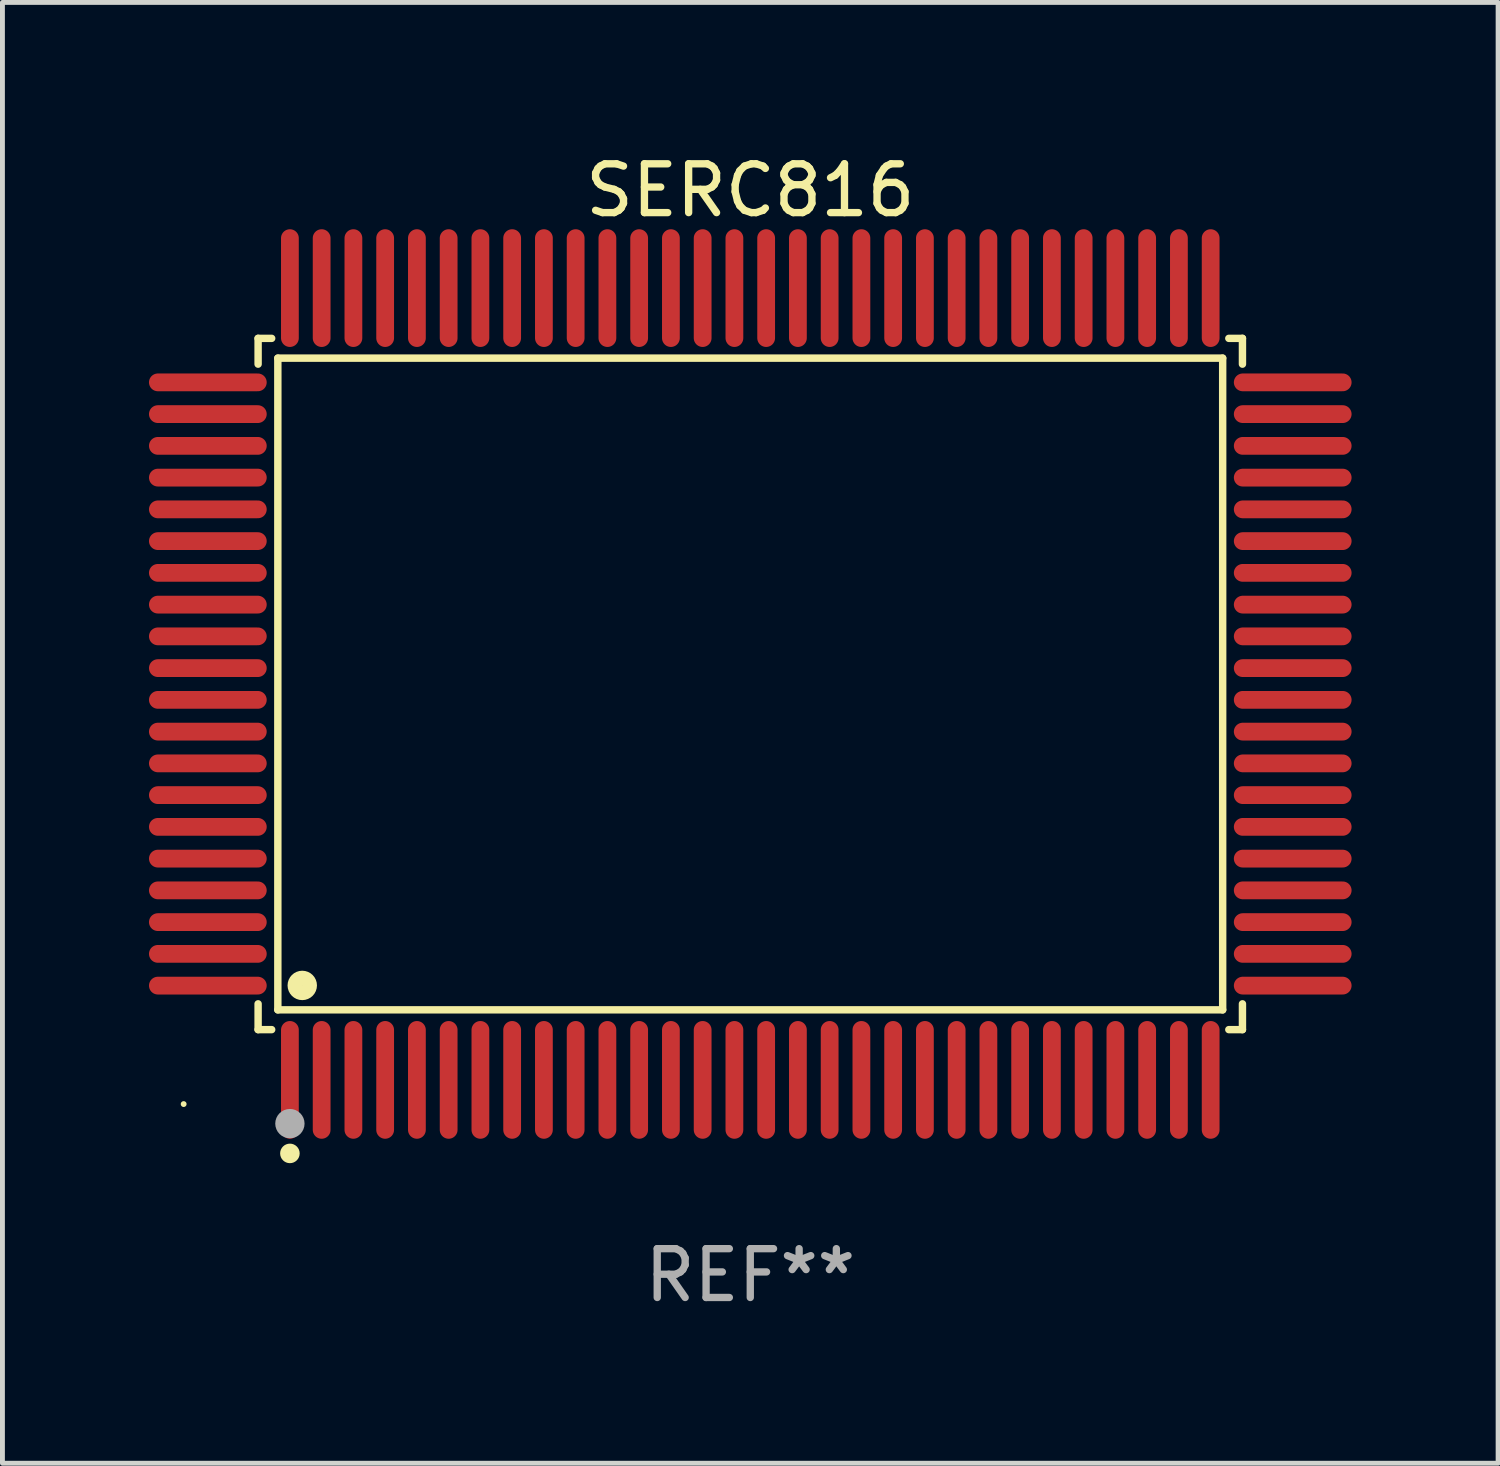
<source format=kicad_pcb>
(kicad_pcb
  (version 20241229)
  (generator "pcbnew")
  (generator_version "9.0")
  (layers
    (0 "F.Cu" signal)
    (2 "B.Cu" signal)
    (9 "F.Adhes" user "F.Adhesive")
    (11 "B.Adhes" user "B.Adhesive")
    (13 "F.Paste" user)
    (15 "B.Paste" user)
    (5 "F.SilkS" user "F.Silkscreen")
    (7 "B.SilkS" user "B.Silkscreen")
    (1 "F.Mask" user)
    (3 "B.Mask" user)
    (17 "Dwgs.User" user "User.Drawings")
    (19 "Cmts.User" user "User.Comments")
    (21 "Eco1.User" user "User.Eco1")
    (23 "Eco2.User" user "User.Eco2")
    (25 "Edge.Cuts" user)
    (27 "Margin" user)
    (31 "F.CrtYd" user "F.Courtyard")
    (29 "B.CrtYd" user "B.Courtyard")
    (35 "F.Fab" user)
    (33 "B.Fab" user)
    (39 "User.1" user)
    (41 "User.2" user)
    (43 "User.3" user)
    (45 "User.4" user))
  (footprint "SERC816"
    (layer "F.Cu")
    (at 12.31 10.953)
    (property "Reference" "SERC816" (at 0 -10.105 0) (layer "F.SilkS") (effects (font (size 1 1) (thickness 0.15))))
    (attr through_hole)
    (fp_line (start -10.076 -7.076) (end -9.798 -7.076) (stroke (width 0.152) (type solid)) (layer "F.SilkS"))
    (fp_line (start -10.076 -6.548) (end -10.076 -7.076) (stroke (width 0.152) (type solid)) (layer "F.SilkS"))
    (fp_line (start -10.076 6.548) (end -10.076 7.076) (stroke (width 0.152) (type solid)) (layer "F.SilkS"))
    (fp_line (start -10.076 7.076) (end -9.798 7.076) (stroke (width 0.152) (type solid)) (layer "F.SilkS"))
    (fp_line (start -9.672 -6.671) (end 9.671 -6.671) (stroke (width 0.152) (type solid)) (layer "F.SilkS"))
    (fp_line (start -9.672 6.671) (end -9.672 -6.671) (stroke (width 0.152) (type solid)) (layer "F.SilkS"))
    (fp_line (start 9.671 -6.671) (end 9.671 6.671) (stroke (width 0.152) (type solid)) (layer "F.SilkS"))
    (fp_line (start 9.671 6.671) (end -9.672 6.671) (stroke (width 0.152) (type solid)) (layer "F.SilkS"))
    (fp_line (start 10.076 -7.076) (end 9.797 -7.076) (stroke (width 0.152) (type solid)) (layer "F.SilkS"))
    (fp_line (start 10.076 -6.548) (end 10.076 -7.076) (stroke (width 0.152) (type solid)) (layer "F.SilkS"))
    (fp_line (start 10.076 6.548) (end 10.076 7.076) (stroke (width 0.152) (type solid)) (layer "F.SilkS"))
    (fp_line (start 10.076 7.076) (end 9.797 7.076) (stroke (width 0.152) (type solid)) (layer "F.SilkS"))
    (fp_circle (center -11.6 8.6) (end -11.57 8.6) (stroke (width 0.06) (type solid)) (fill no) (layer "F.SilkS"))
    (fp_circle (center -9.425 9.61) (end -9.325 9.61) (stroke (width 0.2) (type solid)) (fill no) (layer "F.SilkS"))
    (fp_circle (center -9.172 6.171) (end -9.021 6.171) (stroke (width 0.3) (type solid)) (fill no) (layer "F.SilkS"))
    (fp_circle (center -9.425 9) (end -9.275 9) (stroke (width 0.3) (type solid)) (fill no) (layer "F.Fab"))
    (fp_text user "REF**" (at 0 12.105 0) (layer "F.Fab") (effects (font (size 1 1) (thickness 0.15))))
    (pad "1" smd oval (at -9.425 8.105) (size 0.364 2.41) (layers "F.Cu" "F.Mask" "F.Paste"))
    (pad "2" smd oval (at -8.775 8.105) (size 0.364 2.41) (layers "F.Cu" "F.Mask" "F.Paste"))
    (pad "3" smd oval (at -8.125 8.105) (size 0.364 2.41) (layers "F.Cu" "F.Mask" "F.Paste"))
    (pad "4" smd oval (at -7.475 8.105) (size 0.364 2.41) (layers "F.Cu" "F.Mask" "F.Paste"))
    (pad "5" smd oval (at -6.825 8.105) (size 0.364 2.41) (layers "F.Cu" "F.Mask" "F.Paste"))
    (pad "6" smd oval (at -6.175 8.105) (size 0.364 2.41) (layers "F.Cu" "F.Mask" "F.Paste"))
    (pad "7" smd oval (at -5.525 8.105) (size 0.364 2.41) (layers "F.Cu" "F.Mask" "F.Paste"))
    (pad "8" smd oval (at -4.875 8.105) (size 0.364 2.41) (layers "F.Cu" "F.Mask" "F.Paste"))
    (pad "9" smd oval (at -4.225 8.105) (size 0.364 2.41) (layers "F.Cu" "F.Mask" "F.Paste"))
    (pad "10" smd oval (at -3.575 8.105) (size 0.364 2.41) (layers "F.Cu" "F.Mask" "F.Paste"))
    (pad "11" smd oval (at -2.925 8.105) (size 0.364 2.41) (layers "F.Cu" "F.Mask" "F.Paste"))
    (pad "12" smd oval (at -2.275 8.105) (size 0.364 2.41) (layers "F.Cu" "F.Mask" "F.Paste"))
    (pad "13" smd oval (at -1.625 8.105) (size 0.364 2.41) (layers "F.Cu" "F.Mask" "F.Paste"))
    (pad "14" smd oval (at -0.975 8.105) (size 0.364 2.41) (layers "F.Cu" "F.Mask" "F.Paste"))
    (pad "15" smd oval (at -0.325 8.105) (size 0.364 2.41) (layers "F.Cu" "F.Mask" "F.Paste"))
    (pad "16" smd oval (at 0.325 8.105) (size 0.364 2.41) (layers "F.Cu" "F.Mask" "F.Paste"))
    (pad "17" smd oval (at 0.975 8.105) (size 0.364 2.41) (layers "F.Cu" "F.Mask" "F.Paste"))
    (pad "18" smd oval (at 1.625 8.105) (size 0.364 2.41) (layers "F.Cu" "F.Mask" "F.Paste"))
    (pad "19" smd oval (at 2.275 8.105) (size 0.364 2.41) (layers "F.Cu" "F.Mask" "F.Paste"))
    (pad "20" smd oval (at 2.925 8.105) (size 0.364 2.41) (layers "F.Cu" "F.Mask" "F.Paste"))
    (pad "21" smd oval (at 3.575 8.105) (size 0.364 2.41) (layers "F.Cu" "F.Mask" "F.Paste"))
    (pad "22" smd oval (at 4.225 8.105) (size 0.364 2.41) (layers "F.Cu" "F.Mask" "F.Paste"))
    (pad "23" smd oval (at 4.875 8.105) (size 0.364 2.41) (layers "F.Cu" "F.Mask" "F.Paste"))
    (pad "24" smd oval (at 5.525 8.105) (size 0.364 2.41) (layers "F.Cu" "F.Mask" "F.Paste"))
    (pad "25" smd oval (at 6.175 8.105) (size 0.364 2.41) (layers "F.Cu" "F.Mask" "F.Paste"))
    (pad "26" smd oval (at 6.825 8.105) (size 0.364 2.41) (layers "F.Cu" "F.Mask" "F.Paste"))
    (pad "27" smd oval (at 7.475 8.105) (size 0.364 2.41) (layers "F.Cu" "F.Mask" "F.Paste"))
    (pad "28" smd oval (at 8.125 8.105) (size 0.364 2.41) (layers "F.Cu" "F.Mask" "F.Paste"))
    (pad "29" smd oval (at 8.775 8.105) (size 0.364 2.41) (layers "F.Cu" "F.Mask" "F.Paste"))
    (pad "30" smd oval (at 9.425 8.105) (size 0.364 2.41) (layers "F.Cu" "F.Mask" "F.Paste"))
    (pad "31" smd oval (at 11.105 6.175) (size 2.41 0.364) (layers "F.Cu" "F.Mask" "F.Paste"))
    (pad "32" smd oval (at 11.105 5.525) (size 2.41 0.364) (layers "F.Cu" "F.Mask" "F.Paste"))
    (pad "33" smd oval (at 11.105 4.875) (size 2.41 0.364) (layers "F.Cu" "F.Mask" "F.Paste"))
    (pad "34" smd oval (at 11.105 4.225) (size 2.41 0.364) (layers "F.Cu" "F.Mask" "F.Paste"))
    (pad "35" smd oval (at 11.105 3.575) (size 2.41 0.364) (layers "F.Cu" "F.Mask" "F.Paste"))
    (pad "36" smd oval (at 11.105 2.925) (size 2.41 0.364) (layers "F.Cu" "F.Mask" "F.Paste"))
    (pad "37" smd oval (at 11.105 2.275) (size 2.41 0.364) (layers "F.Cu" "F.Mask" "F.Paste"))
    (pad "38" smd oval (at 11.105 1.625) (size 2.41 0.364) (layers "F.Cu" "F.Mask" "F.Paste"))
    (pad "39" smd oval (at 11.105 0.975) (size 2.41 0.364) (layers "F.Cu" "F.Mask" "F.Paste"))
    (pad "40" smd oval (at 11.105 0.325) (size 2.41 0.364) (layers "F.Cu" "F.Mask" "F.Paste"))
    (pad "41" smd oval (at 11.105 -0.325) (size 2.41 0.364) (layers "F.Cu" "F.Mask" "F.Paste"))
    (pad "42" smd oval (at 11.105 -0.975) (size 2.41 0.364) (layers "F.Cu" "F.Mask" "F.Paste"))
    (pad "43" smd oval (at 11.105 -1.625) (size 2.41 0.364) (layers "F.Cu" "F.Mask" "F.Paste"))
    (pad "44" smd oval (at 11.105 -2.275) (size 2.41 0.364) (layers "F.Cu" "F.Mask" "F.Paste"))
    (pad "45" smd oval (at 11.105 -2.925) (size 2.41 0.364) (layers "F.Cu" "F.Mask" "F.Paste"))
    (pad "46" smd oval (at 11.105 -3.575) (size 2.41 0.364) (layers "F.Cu" "F.Mask" "F.Paste"))
    (pad "47" smd oval (at 11.105 -4.225) (size 2.41 0.364) (layers "F.Cu" "F.Mask" "F.Paste"))
    (pad "48" smd oval (at 11.105 -4.875) (size 2.41 0.364) (layers "F.Cu" "F.Mask" "F.Paste"))
    (pad "49" smd oval (at 11.105 -5.525) (size 2.41 0.364) (layers "F.Cu" "F.Mask" "F.Paste"))
    (pad "50" smd oval (at 11.105 -6.175) (size 2.41 0.364) (layers "F.Cu" "F.Mask" "F.Paste"))
    (pad "51" smd oval (at 9.425 -8.105) (size 0.364 2.41) (layers "F.Cu" "F.Mask" "F.Paste"))
    (pad "52" smd oval (at 8.775 -8.105) (size 0.364 2.41) (layers "F.Cu" "F.Mask" "F.Paste"))
    (pad "53" smd oval (at 8.125 -8.105) (size 0.364 2.41) (layers "F.Cu" "F.Mask" "F.Paste"))
    (pad "54" smd oval (at 7.475 -8.105) (size 0.364 2.41) (layers "F.Cu" "F.Mask" "F.Paste"))
    (pad "55" smd oval (at 6.825 -8.105) (size 0.364 2.41) (layers "F.Cu" "F.Mask" "F.Paste"))
    (pad "56" smd oval (at 6.175 -8.105) (size 0.364 2.41) (layers "F.Cu" "F.Mask" "F.Paste"))
    (pad "57" smd oval (at 5.525 -8.105) (size 0.364 2.41) (layers "F.Cu" "F.Mask" "F.Paste"))
    (pad "58" smd oval (at 4.875 -8.105) (size 0.364 2.41) (layers "F.Cu" "F.Mask" "F.Paste"))
    (pad "59" smd oval (at 4.225 -8.105) (size 0.364 2.41) (layers "F.Cu" "F.Mask" "F.Paste"))
    (pad "60" smd oval (at 3.575 -8.105) (size 0.364 2.41) (layers "F.Cu" "F.Mask" "F.Paste"))
    (pad "61" smd oval (at 2.925 -8.105) (size 0.364 2.41) (layers "F.Cu" "F.Mask" "F.Paste"))
    (pad "62" smd oval (at 2.275 -8.105) (size 0.364 2.41) (layers "F.Cu" "F.Mask" "F.Paste"))
    (pad "63" smd oval (at 1.625 -8.105) (size 0.364 2.41) (layers "F.Cu" "F.Mask" "F.Paste"))
    (pad "64" smd oval (at 0.975 -8.105) (size 0.364 2.41) (layers "F.Cu" "F.Mask" "F.Paste"))
    (pad "65" smd oval (at 0.325 -8.105) (size 0.364 2.41) (layers "F.Cu" "F.Mask" "F.Paste"))
    (pad "66" smd oval (at -0.325 -8.105) (size 0.364 2.41) (layers "F.Cu" "F.Mask" "F.Paste"))
    (pad "67" smd oval (at -0.975 -8.105) (size 0.364 2.41) (layers "F.Cu" "F.Mask" "F.Paste"))
    (pad "68" smd oval (at -1.625 -8.105) (size 0.364 2.41) (layers "F.Cu" "F.Mask" "F.Paste"))
    (pad "69" smd oval (at -2.275 -8.105) (size 0.364 2.41) (layers "F.Cu" "F.Mask" "F.Paste"))
    (pad "70" smd oval (at -2.925 -8.105) (size 0.364 2.41) (layers "F.Cu" "F.Mask" "F.Paste"))
    (pad "71" smd oval (at -3.575 -8.105) (size 0.364 2.41) (layers "F.Cu" "F.Mask" "F.Paste"))
    (pad "72" smd oval (at -4.225 -8.105) (size 0.364 2.41) (layers "F.Cu" "F.Mask" "F.Paste"))
    (pad "73" smd oval (at -4.875 -8.105) (size 0.364 2.41) (layers "F.Cu" "F.Mask" "F.Paste"))
    (pad "74" smd oval (at -5.525 -8.105) (size 0.364 2.41) (layers "F.Cu" "F.Mask" "F.Paste"))
    (pad "75" smd oval (at -6.175 -8.105) (size 0.364 2.41) (layers "F.Cu" "F.Mask" "F.Paste"))
    (pad "76" smd oval (at -6.825 -8.105) (size 0.364 2.41) (layers "F.Cu" "F.Mask" "F.Paste"))
    (pad "77" smd oval (at -7.475 -8.105) (size 0.364 2.41) (layers "F.Cu" "F.Mask" "F.Paste"))
    (pad "78" smd oval (at -8.125 -8.105) (size 0.364 2.41) (layers "F.Cu" "F.Mask" "F.Paste"))
    (pad "79" smd oval (at -8.775 -8.105) (size 0.364 2.41) (layers "F.Cu" "F.Mask" "F.Paste"))
    (pad "80" smd oval (at -9.425 -8.105) (size 0.364 2.41) (layers "F.Cu" "F.Mask" "F.Paste"))
    (pad "81" smd oval (at -11.105 -6.175) (size 2.41 0.364) (layers "F.Cu" "F.Mask" "F.Paste"))
    (pad "82" smd oval (at -11.105 -5.525) (size 2.41 0.364) (layers "F.Cu" "F.Mask" "F.Paste"))
    (pad "83" smd oval (at -11.105 -4.875) (size 2.41 0.364) (layers "F.Cu" "F.Mask" "F.Paste"))
    (pad "84" smd oval (at -11.105 -4.225) (size 2.41 0.364) (layers "F.Cu" "F.Mask" "F.Paste"))
    (pad "85" smd oval (at -11.105 -3.575) (size 2.41 0.364) (layers "F.Cu" "F.Mask" "F.Paste"))
    (pad "86" smd oval (at -11.105 -2.925) (size 2.41 0.364) (layers "F.Cu" "F.Mask" "F.Paste"))
    (pad "87" smd oval (at -11.105 -2.275) (size 2.41 0.364) (layers "F.Cu" "F.Mask" "F.Paste"))
    (pad "88" smd oval (at -11.105 -1.625) (size 2.41 0.364) (layers "F.Cu" "F.Mask" "F.Paste"))
    (pad "89" smd oval (at -11.105 -0.975) (size 2.41 0.364) (layers "F.Cu" "F.Mask" "F.Paste"))
    (pad "90" smd oval (at -11.105 -0.325) (size 2.41 0.364) (layers "F.Cu" "F.Mask" "F.Paste"))
    (pad "91" smd oval (at -11.105 0.325) (size 2.41 0.364) (layers "F.Cu" "F.Mask" "F.Paste"))
    (pad "92" smd oval (at -11.105 0.975) (size 2.41 0.364) (layers "F.Cu" "F.Mask" "F.Paste"))
    (pad "93" smd oval (at -11.105 1.625) (size 2.41 0.364) (layers "F.Cu" "F.Mask" "F.Paste"))
    (pad "94" smd oval (at -11.105 2.275) (size 2.41 0.364) (layers "F.Cu" "F.Mask" "F.Paste"))
    (pad "95" smd oval (at -11.105 2.925) (size 2.41 0.364) (layers "F.Cu" "F.Mask" "F.Paste"))
    (pad "96" smd oval (at -11.105 3.575) (size 2.41 0.364) (layers "F.Cu" "F.Mask" "F.Paste"))
    (pad "97" smd oval (at -11.105 4.225) (size 2.41 0.364) (layers "F.Cu" "F.Mask" "F.Paste"))
    (pad "98" smd oval (at -11.105 4.875) (size 2.41 0.364) (layers "F.Cu" "F.Mask" "F.Paste"))
    (pad "99" smd oval (at -11.105 5.525) (size 2.41 0.364) (layers "F.Cu" "F.Mask" "F.Paste"))
    (pad "100" smd oval (at -11.105 6.175) (size 2.41 0.364) (layers "F.Cu" "F.Mask" "F.Paste")))
  (gr_rect
    (start -3 -3)
    (end 27.62 26.906)
    (stroke (width 0.1) (type default))
    (fill no)
    (layer "Edge.Cuts")))
</source>
